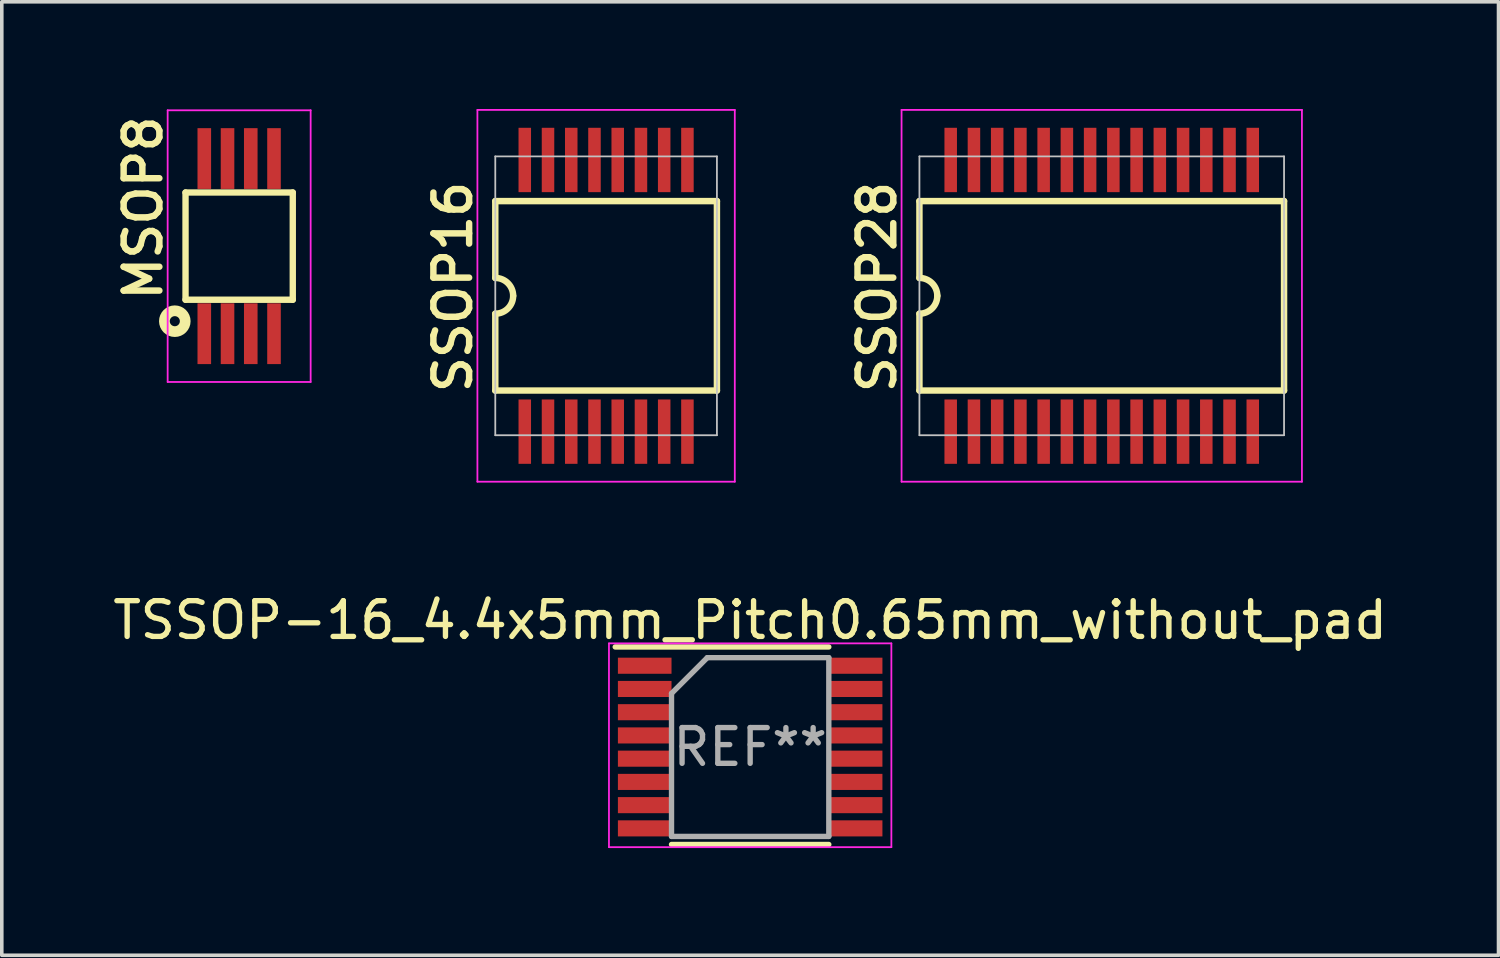
<source format=kicad_pcb>
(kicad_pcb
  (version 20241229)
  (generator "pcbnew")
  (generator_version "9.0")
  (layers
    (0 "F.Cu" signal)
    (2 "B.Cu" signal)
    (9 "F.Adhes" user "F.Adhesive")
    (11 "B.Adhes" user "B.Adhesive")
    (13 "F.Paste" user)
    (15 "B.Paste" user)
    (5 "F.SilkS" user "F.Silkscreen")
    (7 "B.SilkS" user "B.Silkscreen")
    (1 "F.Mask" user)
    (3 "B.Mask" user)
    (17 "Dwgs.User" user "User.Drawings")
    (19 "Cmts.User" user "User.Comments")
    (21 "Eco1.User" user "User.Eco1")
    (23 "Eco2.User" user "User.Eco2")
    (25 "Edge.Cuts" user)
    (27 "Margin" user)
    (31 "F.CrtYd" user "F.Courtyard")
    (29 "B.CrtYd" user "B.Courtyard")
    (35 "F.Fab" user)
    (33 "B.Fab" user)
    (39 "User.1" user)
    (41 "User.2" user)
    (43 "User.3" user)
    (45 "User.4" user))
  (footprint "TSSOP-16_4.4x5mm_Pitch0.65mm_without_pad"
    (layer "F.Cu")
    (at 17.935 17.848)
    (property "Reference" "TSSOP-16_4.4x5mm_Pitch0.65mm_without_pad" (at 0 -3.55 0) (layer "F.SilkS") (effects (font (size 1 1) (thickness 0.15))))
    (attr smd)
    (fp_line (start -3.775 -2.8) (end 2.2 -2.8) (stroke (width 0.15) (type solid)) (layer "F.SilkS"))
    (fp_line (start -2.2 2.725) (end 2.2 2.725) (stroke (width 0.15) (type solid)) (layer "F.SilkS"))
    (fp_line (start -3.95 -2.9) (end -3.95 2.8) (stroke (width 0.05) (type solid)) (layer "F.CrtYd"))
    (fp_line (start -3.95 -2.9) (end 3.95 -2.9) (stroke (width 0.05) (type solid)) (layer "F.CrtYd"))
    (fp_line (start -3.95 2.8) (end 3.95 2.8) (stroke (width 0.05) (type solid)) (layer "F.CrtYd"))
    (fp_line (start 3.95 -2.9) (end 3.95 2.8) (stroke (width 0.05) (type solid)) (layer "F.CrtYd"))
    (fp_line (start -2.2 -1.5) (end -1.2 -2.5) (stroke (width 0.15) (type solid)) (layer "F.Fab"))
    (fp_line (start -2.2 2.5) (end -2.2 -1.5) (stroke (width 0.15) (type solid)) (layer "F.Fab"))
    (fp_line (start -1.2 -2.5) (end 2.2 -2.5) (stroke (width 0.15) (type solid)) (layer "F.Fab"))
    (fp_line (start 2.2 -2.5) (end 2.2 2.5) (stroke (width 0.15) (type solid)) (layer "F.Fab"))
    (fp_line (start 2.2 2.5) (end -2.2 2.5) (stroke (width 0.15) (type solid)) (layer "F.Fab"))
    (fp_text user "REF**" (at 0 0 0) (layer "F.Fab") (effects (font (size 1 1) (thickness 0.15))))
    (pad "1" smd rect (at -2.95 -2.275) (size 1.5 0.45) (layers "F.Cu" "F.Mask" "F.Paste"))
    (pad "2" smd rect (at -2.95 -1.625) (size 1.5 0.45) (layers "F.Cu" "F.Mask" "F.Paste"))
    (pad "3" smd rect (at -2.95 -0.975) (size 1.5 0.45) (layers "F.Cu" "F.Mask" "F.Paste"))
    (pad "4" smd rect (at -2.95 -0.325) (size 1.5 0.45) (layers "F.Cu" "F.Mask" "F.Paste"))
    (pad "5" smd rect (at -2.95 0.325) (size 1.5 0.45) (layers "F.Cu" "F.Mask" "F.Paste"))
    (pad "6" smd rect (at -2.95 0.975) (size 1.5 0.45) (layers "F.Cu" "F.Mask" "F.Paste"))
    (pad "7" smd rect (at -2.95 1.625) (size 1.5 0.45) (layers "F.Cu" "F.Mask" "F.Paste"))
    (pad "8" smd rect (at -2.95 2.275) (size 1.5 0.45) (layers "F.Cu" "F.Mask" "F.Paste"))
    (pad "9" smd rect (at 2.95 2.275) (size 1.5 0.45) (layers "F.Cu" "F.Mask" "F.Paste"))
    (pad "10" smd rect (at 2.95 1.625) (size 1.5 0.45) (layers "F.Cu" "F.Mask" "F.Paste"))
    (pad "11" smd rect (at 2.95 0.975) (size 1.5 0.45) (layers "F.Cu" "F.Mask" "F.Paste"))
    (pad "12" smd rect (at 2.95 0.325) (size 1.5 0.45) (layers "F.Cu" "F.Mask" "F.Paste"))
    (pad "13" smd rect (at 2.95 -0.325) (size 1.5 0.45) (layers "F.Cu" "F.Mask" "F.Paste"))
    (pad "14" smd rect (at 2.95 -0.975) (size 1.5 0.45) (layers "F.Cu" "F.Mask" "F.Paste"))
    (pad "15" smd rect (at 2.95 -1.625) (size 1.5 0.45) (layers "F.Cu" "F.Mask" "F.Paste"))
    (pad "16" smd rect (at 2.95 -2.275) (size 1.5 0.45) (layers "F.Cu" "F.Mask" "F.Paste")))
  (footprint "SSOP28"
    (layer "F.Cu")
    (at 27.77 5.225)
    (property "Reference" "SSOP28" (at -5.7 2.8 90) (layer "F.SilkS") (effects (font (size 1 1) (thickness 0.18)) (justify left bottom)))
    (attr through_hole)
    (fp_line (start -5.1 -2.65) (end 5.1 -2.65) (stroke (width 0.18) (type solid)) (layer "F.SilkS"))
    (fp_line (start -5.1 -0.5) (end -5.1 -2.65) (stroke (width 0.18) (type solid)) (layer "F.SilkS"))
    (fp_line (start -5.1 0.5) (end -5.1 2.65) (stroke (width 0.18) (type solid)) (layer "F.SilkS"))
    (fp_line (start 5.1 -2.65) (end 5.1 2.65) (stroke (width 0.18) (type solid)) (layer "F.SilkS"))
    (fp_line (start 5.1 2.65) (end -5.1 2.65) (stroke (width 0.18) (type solid)) (layer "F.SilkS"))
    (fp_arc (start -5.1 -0.5) (mid -4.746447 -0.353553) (end -4.6 0) (stroke (width 0.18) (type solid)) (layer "F.SilkS"))
    (fp_arc (start -4.6 0) (mid -4.746447 0.353553) (end -5.1 0.5) (stroke (width 0.18) (type solid)) (layer "F.SilkS"))
    (fp_line (start -5.1 -3.9) (end 5.1 -3.9) (stroke (width 0.05) (type solid)) (layer "Dwgs.User"))
    (fp_line (start -5.1 3.9) (end -5.1 -3.9) (stroke (width 0.05) (type solid)) (layer "Dwgs.User"))
    (fp_line (start 5.1 -3.9) (end 5.1 3.9) (stroke (width 0.05) (type solid)) (layer "Dwgs.User"))
    (fp_line (start 5.1 3.9) (end -5.1 3.9) (stroke (width 0.05) (type solid)) (layer "Dwgs.User"))
    (fp_line (start -5.6 -5.2) (end 5.6 -5.2) (stroke (width 0.05) (type solid)) (layer "F.CrtYd"))
    (fp_line (start -5.6 5.2) (end -5.6 -5.2) (stroke (width 0.05) (type solid)) (layer "F.CrtYd"))
    (fp_line (start 5.6 -5.2) (end 5.6 5.2) (stroke (width 0.05) (type solid)) (layer "F.CrtYd"))
    (fp_line (start 5.6 5.2) (end -5.6 5.2) (stroke (width 0.05) (type solid)) (layer "F.CrtYd"))
    (pad "1" smd rect (at -4.225 3.8) (size 0.35 1.8) (layers "F.Cu" "F.Mask" "F.Paste"))
    (pad "2" smd rect (at -3.575 3.8) (size 0.35 1.8) (layers "F.Cu" "F.Mask" "F.Paste"))
    (pad "3" smd rect (at -2.925 3.8) (size 0.35 1.8) (layers "F.Cu" "F.Mask" "F.Paste"))
    (pad "4" smd rect (at -2.275 3.8) (size 0.35 1.8) (layers "F.Cu" "F.Mask" "F.Paste"))
    (pad "5" smd rect (at -1.625 3.8) (size 0.35 1.8) (layers "F.Cu" "F.Mask" "F.Paste"))
    (pad "6" smd rect (at -0.975 3.8) (size 0.35 1.8) (layers "F.Cu" "F.Mask" "F.Paste"))
    (pad "7" smd rect (at -0.325 3.8) (size 0.35 1.8) (layers "F.Cu" "F.Mask" "F.Paste"))
    (pad "8" smd rect (at 0.325 3.8) (size 0.35 1.8) (layers "F.Cu" "F.Mask" "F.Paste"))
    (pad "9" smd rect (at 0.975 3.8) (size 0.35 1.8) (layers "F.Cu" "F.Mask" "F.Paste"))
    (pad "10" smd rect (at 1.625 3.8) (size 0.35 1.8) (layers "F.Cu" "F.Mask" "F.Paste"))
    (pad "11" smd rect (at 2.275 3.8) (size 0.35 1.8) (layers "F.Cu" "F.Mask" "F.Paste"))
    (pad "12" smd rect (at 2.925 3.8) (size 0.35 1.8) (layers "F.Cu" "F.Mask" "F.Paste"))
    (pad "13" smd rect (at 3.575 3.8) (size 0.35 1.8) (layers "F.Cu" "F.Mask" "F.Paste"))
    (pad "14" smd rect (at 4.225 3.8) (size 0.35 1.8) (layers "F.Cu" "F.Mask" "F.Paste"))
    (pad "15" smd rect (at 4.225 -3.8) (size 0.35 1.8) (layers "F.Cu" "F.Mask" "F.Paste"))
    (pad "16" smd rect (at 3.575 -3.8) (size 0.35 1.8) (layers "F.Cu" "F.Mask" "F.Paste"))
    (pad "17" smd rect (at 2.925 -3.8) (size 0.35 1.8) (layers "F.Cu" "F.Mask" "F.Paste"))
    (pad "18" smd rect (at 2.275 -3.8) (size 0.35 1.8) (layers "F.Cu" "F.Mask" "F.Paste"))
    (pad "19" smd rect (at 1.625 -3.8) (size 0.35 1.8) (layers "F.Cu" "F.Mask" "F.Paste"))
    (pad "20" smd rect (at 0.975 -3.8) (size 0.35 1.8) (layers "F.Cu" "F.Mask" "F.Paste"))
    (pad "21" smd rect (at 0.325 -3.8) (size 0.35 1.8) (layers "F.Cu" "F.Mask" "F.Paste"))
    (pad "22" smd rect (at -0.325 -3.8) (size 0.35 1.8) (layers "F.Cu" "F.Mask" "F.Paste"))
    (pad "23" smd rect (at -0.975 -3.8) (size 0.35 1.8) (layers "F.Cu" "F.Mask" "F.Paste"))
    (pad "24" smd rect (at -1.625 -3.8) (size 0.35 1.8) (layers "F.Cu" "F.Mask" "F.Paste"))
    (pad "25" smd rect (at -2.275 -3.8) (size 0.35 1.8) (layers "F.Cu" "F.Mask" "F.Paste"))
    (pad "26" smd rect (at -2.925 -3.8) (size 0.35 1.8) (layers "F.Cu" "F.Mask" "F.Paste"))
    (pad "27" smd rect (at -3.575 -3.8) (size 0.35 1.8) (layers "F.Cu" "F.Mask" "F.Paste"))
    (pad "28" smd rect (at -4.225 -3.8) (size 0.35 1.8) (layers "F.Cu" "F.Mask" "F.Paste")))
  (footprint "MSOP8"
    (layer "F.Cu")
    (at 3.64 3.835)
    (property "Reference" "MSOP8" (at -2.1 1.6 90) (layer "F.SilkS") (effects (font (size 1 1) (thickness 0.18)) (justify left bottom)))
    (attr through_hole)
    (fp_line (start -1.5 -1.5) (end -1.5 1.5) (stroke (width 0.178) (type solid)) (layer "F.SilkS"))
    (fp_line (start -1.5 1.5) (end 1.5 1.5) (stroke (width 0.178) (type solid)) (layer "F.SilkS"))
    (fp_line (start 1.5 -1.5) (end -1.5 -1.5) (stroke (width 0.178) (type solid)) (layer "F.SilkS"))
    (fp_line (start 1.5 1.5) (end 1.5 -1.5) (stroke (width 0.178) (type solid)) (layer "F.SilkS"))
    (fp_circle (center -1.8 2.1) (end -1.7 2.2) (stroke (width 0.3) (type solid)) (fill no) (layer "F.SilkS"))
    (fp_line (start -2 -3.8) (end 2 -3.8) (stroke (width 0.05) (type solid)) (layer "F.CrtYd"))
    (fp_line (start -2 3.8) (end -2 -3.8) (stroke (width 0.05) (type solid)) (layer "F.CrtYd"))
    (fp_line (start 2 -3.8) (end 2 3.8) (stroke (width 0.05) (type solid)) (layer "F.CrtYd"))
    (fp_line (start 2 3.8) (end -2 3.8) (stroke (width 0.05) (type solid)) (layer "F.CrtYd"))
    (pad "1" smd rect (at -0.975 2.45 270) (size 1.7 0.38) (layers "F.Cu" "F.Mask" "F.Paste"))
    (pad "2" smd rect (at -0.325 2.45 270) (size 1.7 0.38) (layers "F.Cu" "F.Mask" "F.Paste"))
    (pad "3" smd rect (at 0.325 2.45 270) (size 1.7 0.38) (layers "F.Cu" "F.Mask" "F.Paste"))
    (pad "4" smd rect (at 0.975 2.45 270) (size 1.7 0.38) (layers "F.Cu" "F.Mask" "F.Paste"))
    (pad "5" smd rect (at 0.975 -2.45 270) (size 1.7 0.38) (layers "F.Cu" "F.Mask" "F.Paste"))
    (pad "6" smd rect (at 0.325 -2.45 270) (size 1.7 0.38) (layers "F.Cu" "F.Mask" "F.Paste"))
    (pad "7" smd rect (at -0.325 -2.45 270) (size 1.7 0.38) (layers "F.Cu" "F.Mask" "F.Paste"))
    (pad "8" smd rect (at -0.975 -2.45 270) (size 1.7 0.38) (layers "F.Cu" "F.Mask" "F.Paste")))
  (footprint "SSOP16"
    (layer "F.Cu")
    (at 13.905 5.225)
    (property "Reference" "SSOP16" (at -3.7 2.8 90) (layer "F.SilkS") (effects (font (size 1 1) (thickness 0.18)) (justify left bottom)))
    (attr through_hole)
    (fp_line (start -3.1 -2.65) (end 3.1 -2.65) (stroke (width 0.18) (type solid)) (layer "F.SilkS"))
    (fp_line (start -3.1 -0.5) (end -3.1 -2.65) (stroke (width 0.18) (type solid)) (layer "F.SilkS"))
    (fp_line (start -3.1 0.5) (end -3.1 2.65) (stroke (width 0.18) (type solid)) (layer "F.SilkS"))
    (fp_line (start 3.1 -2.65) (end 3.1 2.65) (stroke (width 0.18) (type solid)) (layer "F.SilkS"))
    (fp_line (start 3.1 2.65) (end -3.1 2.65) (stroke (width 0.18) (type solid)) (layer "F.SilkS"))
    (fp_arc (start -3.1 -0.5) (mid -2.746447 -0.353553) (end -2.6 0) (stroke (width 0.18) (type solid)) (layer "F.SilkS"))
    (fp_arc (start -2.6 0) (mid -2.746447 0.353553) (end -3.1 0.5) (stroke (width 0.18) (type solid)) (layer "F.SilkS"))
    (fp_line (start -3.1 -3.9) (end 3.1 -3.9) (stroke (width 0.05) (type solid)) (layer "Dwgs.User"))
    (fp_line (start -3.1 3.9) (end -3.1 -3.9) (stroke (width 0.05) (type solid)) (layer "Dwgs.User"))
    (fp_line (start 3.1 -3.9) (end 3.1 3.9) (stroke (width 0.05) (type solid)) (layer "Dwgs.User"))
    (fp_line (start 3.1 3.9) (end -3.1 3.9) (stroke (width 0.05) (type solid)) (layer "Dwgs.User"))
    (fp_line (start -3.6 -5.2) (end 3.6 -5.2) (stroke (width 0.05) (type solid)) (layer "F.CrtYd"))
    (fp_line (start -3.6 5.2) (end -3.6 -5.2) (stroke (width 0.05) (type solid)) (layer "F.CrtYd"))
    (fp_line (start 3.6 -5.2) (end 3.6 5.2) (stroke (width 0.05) (type solid)) (layer "F.CrtYd"))
    (fp_line (start 3.6 5.2) (end -3.6 5.2) (stroke (width 0.05) (type solid)) (layer "F.CrtYd"))
    (pad "1" smd rect (at -2.275 3.8) (size 0.35 1.8) (layers "F.Cu" "F.Mask" "F.Paste"))
    (pad "2" smd rect (at -1.625 3.8) (size 0.35 1.8) (layers "F.Cu" "F.Mask" "F.Paste"))
    (pad "3" smd rect (at -0.975 3.8) (size 0.35 1.8) (layers "F.Cu" "F.Mask" "F.Paste"))
    (pad "4" smd rect (at -0.325 3.8) (size 0.35 1.8) (layers "F.Cu" "F.Mask" "F.Paste"))
    (pad "5" smd rect (at 0.325 3.8) (size 0.35 1.8) (layers "F.Cu" "F.Mask" "F.Paste"))
    (pad "6" smd rect (at 0.975 3.8) (size 0.35 1.8) (layers "F.Cu" "F.Mask" "F.Paste"))
    (pad "7" smd rect (at 1.625 3.8) (size 0.35 1.8) (layers "F.Cu" "F.Mask" "F.Paste"))
    (pad "8" smd rect (at 2.275 3.8) (size 0.35 1.8) (layers "F.Cu" "F.Mask" "F.Paste"))
    (pad "9" smd rect (at 2.275 -3.8) (size 0.35 1.8) (layers "F.Cu" "F.Mask" "F.Paste"))
    (pad "10" smd rect (at 1.625 -3.8) (size 0.35 1.8) (layers "F.Cu" "F.Mask" "F.Paste"))
    (pad "11" smd rect (at 0.975 -3.8) (size 0.35 1.8) (layers "F.Cu" "F.Mask" "F.Paste"))
    (pad "12" smd rect (at 0.325 -3.8) (size 0.35 1.8) (layers "F.Cu" "F.Mask" "F.Paste"))
    (pad "13" smd rect (at -0.325 -3.8) (size 0.35 1.8) (layers "F.Cu" "F.Mask" "F.Paste"))
    (pad "14" smd rect (at -0.975 -3.8) (size 0.35 1.8) (layers "F.Cu" "F.Mask" "F.Paste"))
    (pad "15" smd rect (at -1.625 -3.8) (size 0.35 1.8) (layers "F.Cu" "F.Mask" "F.Paste"))
    (pad "16" smd rect (at -2.275 -3.8) (size 0.35 1.8) (layers "F.Cu" "F.Mask" "F.Paste")))
  (gr_rect
    (start -3 -3)
    (end 38.869 23.673)
    (stroke (width 0.1) (type default))
    (fill no)
    (layer "Edge.Cuts")))
</source>
